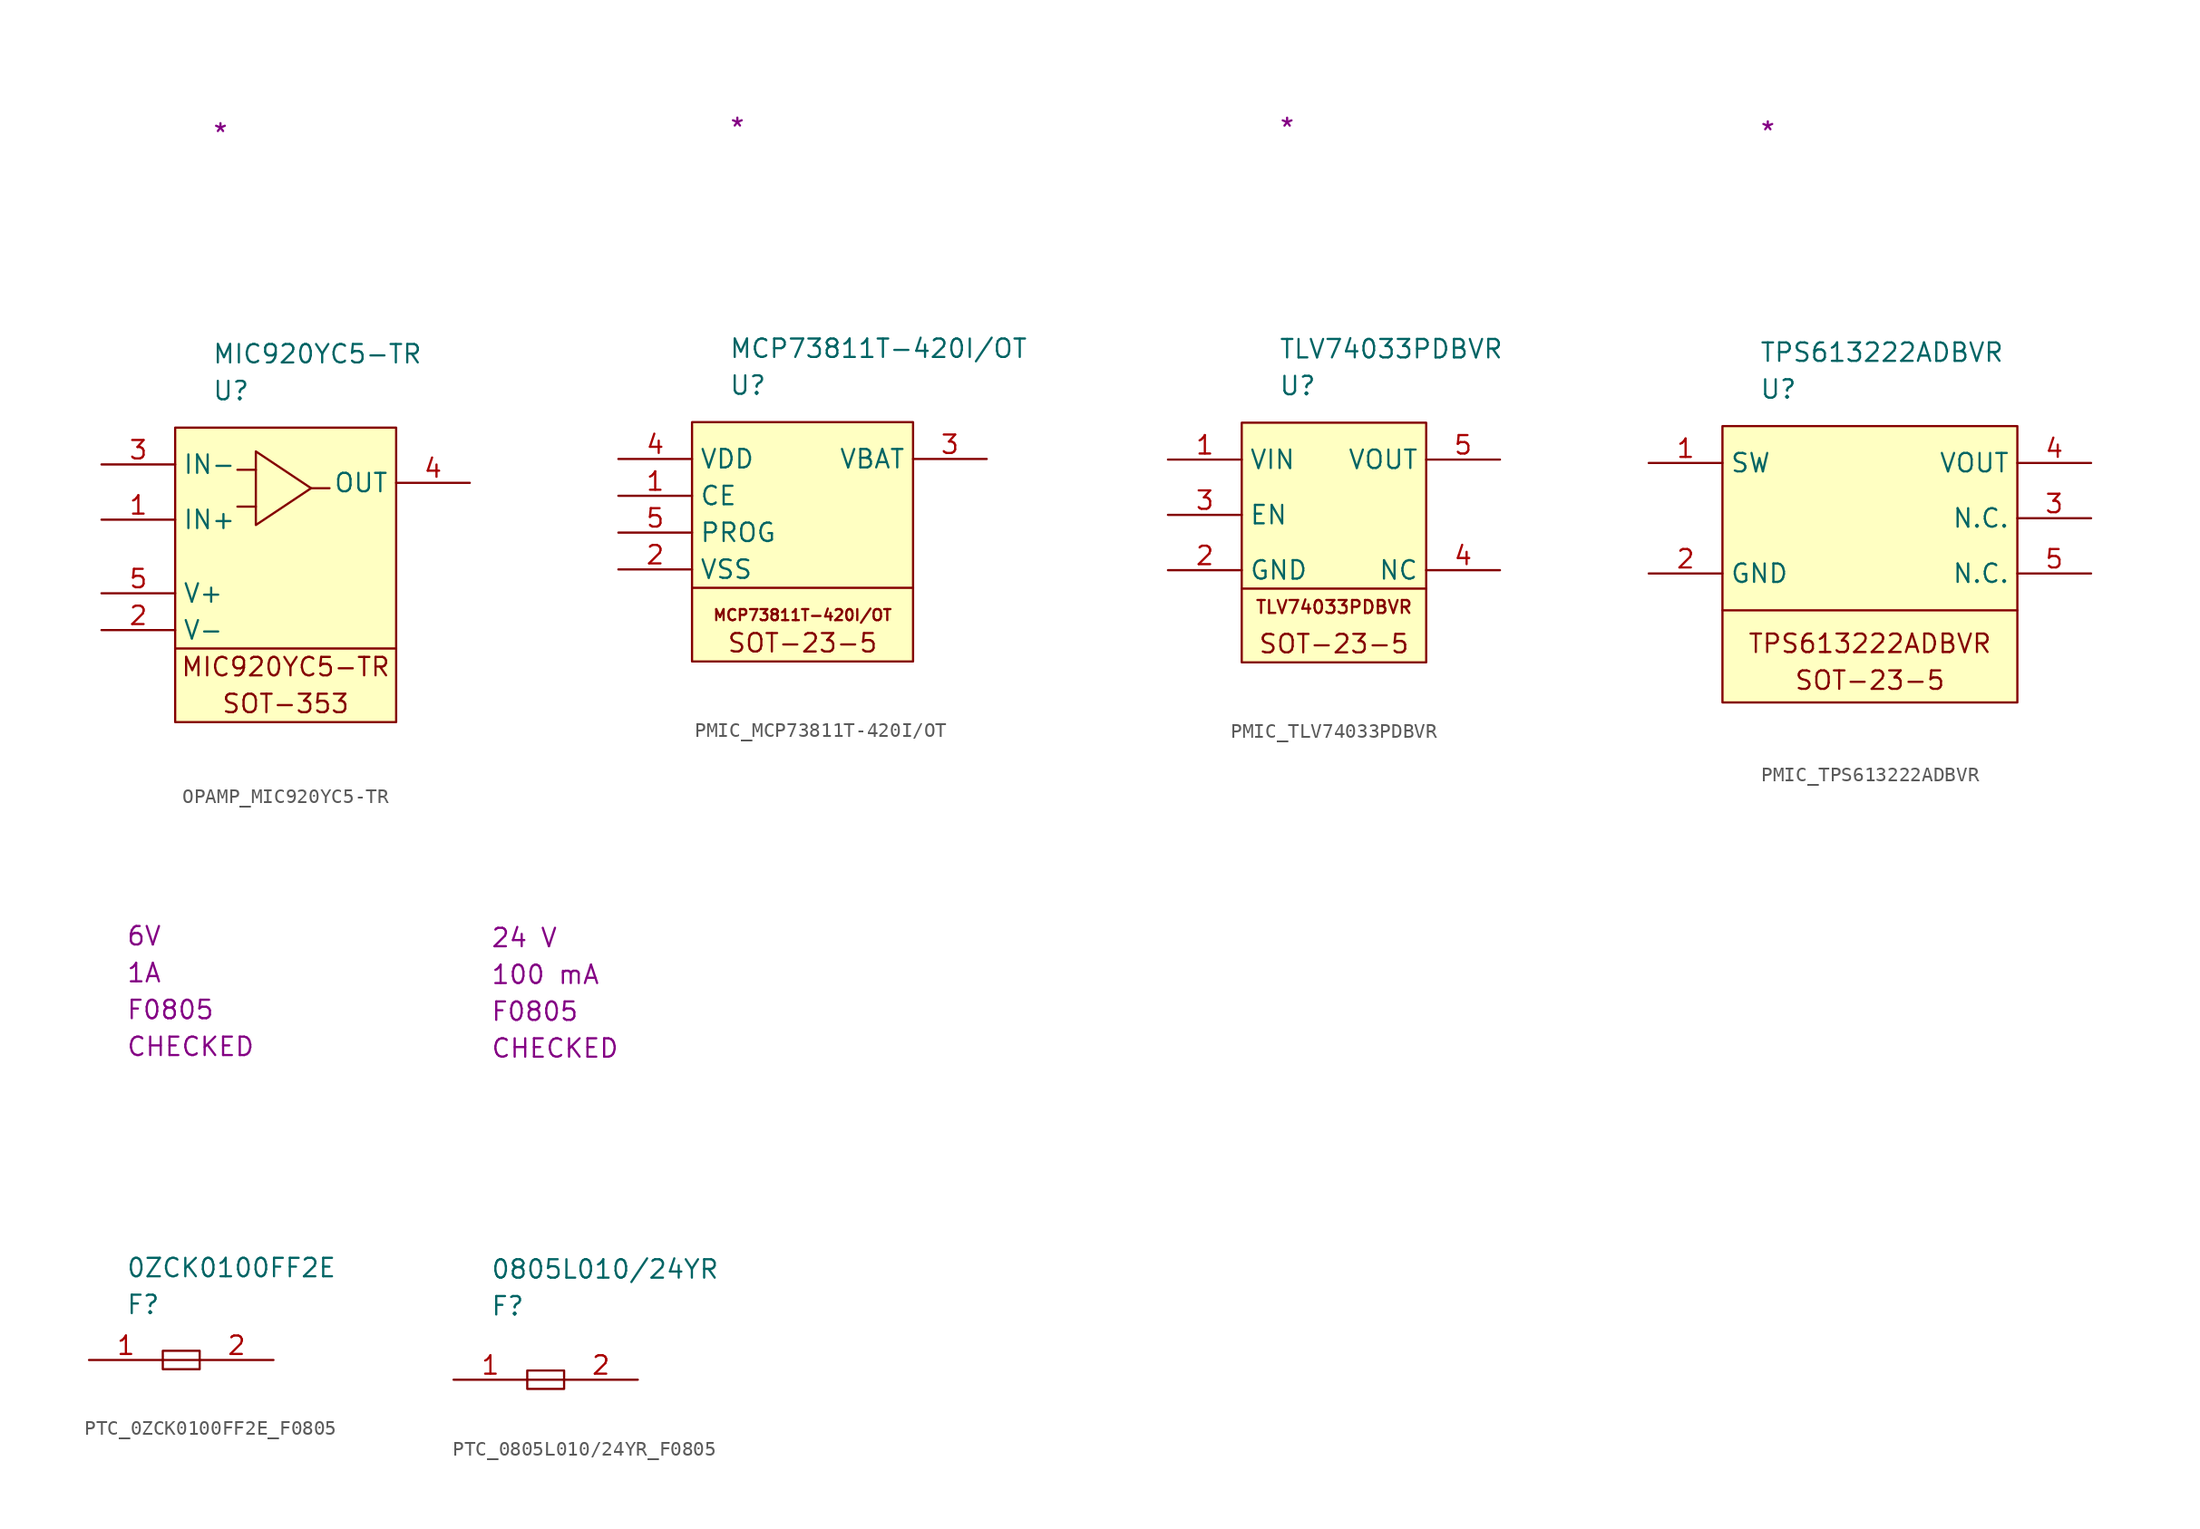
<source format=kicad_sym>
(kicad_symbol_lib
  (version 20220914)
  (generator kicad_symbol_editor)
  (symbol "OPAMP_MIC920YC5-TR"
    (property "Reference" "U"
      (at 2.54 2.54 0)
      (effects (font (size 1.27 1.27)) (justify left)))
    (property "Value" "MIC920YC5-TR"
      (at 2.54 5.08 0)
      (effects (font (size 1.27 1.27)) (justify left)))
    (property "SCH CHECK" "*"
      (at 2.54 20.32 0)
      (effects (font (size 1.27 1.27)) (justify left)))
    (symbol "OPAMP_MIC920YC5-TR_0_0"
      (text "MIC920YC5-TR" (at 7.62 -16.51 0) (effects (font (size 1.27 1.27))))
      (text "SOT-353" (at 7.62 -19.05 0) (effects (font (size 1.27 1.27)))))
    (symbol "OPAMP_MIC920YC5-TR_0_1"
      (polyline (pts (xy 0 -15.24) (xy 15.24 -15.24)) (stroke (width 0) (type default)) (fill (type none)))
      (polyline (pts (xy 5.564 -5.45) (xy 4.294 -5.45)) (stroke (width 0) (type default)) (fill (type none)))
      (polyline (pts (xy 5.564 -2.91) (xy 4.294 -2.91)) (stroke (width 0) (type default)) (fill (type none)))
      (polyline (pts (xy 9.374 -4.18) (xy 10.644 -4.18)) (stroke (width 0) (type default)) (fill (type none)))
      (polyline (pts (xy 5.564 -1.64) (xy 5.564 -6.72) (xy 9.374 -4.18) (xy 5.564 -1.64)) (stroke (width 0) (type default)) (fill (type none)))
      (rectangle (start 0 0) (end 15.24 -20.32) (stroke (width 0) (type default)) (fill (type background))))
    (symbol "OPAMP_MIC920YC5-TR_1_1"
      (pin passive line (at -5.08 -6.35 0) (length 5.08) (name "IN+" (effects (font (size 1.27 1.27)))) (number "1" (effects (font (size 1.27 1.27)))))
      (pin passive line (at -5.08 -13.97 0) (length 5.08) (name "V-" (effects (font (size 1.27 1.27)))) (number "2" (effects (font (size 1.27 1.27)))))
      (pin passive line (at -5.08 -2.54 0) (length 5.08) (name "IN-" (effects (font (size 1.27 1.27)))) (number "3" (effects (font (size 1.27 1.27)))))
      (pin passive line (at 20.32 -3.81 180) (length 5.08) (name "OUT" (effects (font (size 1.27 1.27)))) (number "4" (effects (font (size 1.27 1.27)))))
      (pin passive line (at -5.08 -11.43 0) (length 5.08) (name "V+" (effects (font (size 1.27 1.27)))) (number "5" (effects (font (size 1.27 1.27)))))))
  (symbol "PMIC_MCP73811T-420I/OT"
    (property "Reference" "U"
      (at 2.54 2.54 0)
      (effects (font (size 1.27 1.27)) (justify left)))
    (property "Value" "MCP73811T-420I/OT"
      (at 2.54 5.08 0)
      (effects (font (size 1.27 1.27)) (justify left)))
    (property "SCH CHECK" "*"
      (at 2.54 20.32 0)
      (effects (font (size 1.27 1.27)) (justify left)))
    (symbol "PMIC_MCP73811T-420I/OT_0_0"
      (text "	\nMCP73811T-420I/OT" (at 7.62 -12.7 0) (effects (font (size 0.762 0.762))))
      (text "SOT-23-5" (at 7.62 -15.24 0) (effects (font (size 1.27 1.27)))))
    (symbol "PMIC_MCP73811T-420I/OT_0_1"
      (polyline (pts (xy 0 -11.43) (xy 15.24 -11.43)) (stroke (width 0) (type default)) (fill (type none)))
      (rectangle (start 0 0) (end 15.24 -16.51) (stroke (width 0) (type default)) (fill (type background))))
    (symbol "PMIC_MCP73811T-420I/OT_1_1"
      (pin passive line (at -5.08 -5.08 0) (length 5.08) (name "CE" (effects (font (size 1.27 1.27)))) (number "1" (effects (font (size 1.27 1.27)))))
      (pin passive line (at -5.08 -10.16 0) (length 5.08) (name "VSS" (effects (font (size 1.27 1.27)))) (number "2" (effects (font (size 1.27 1.27)))))
      (pin passive line (at 20.32 -2.54 180) (length 5.08) (name "VBAT" (effects (font (size 1.27 1.27)))) (number "3" (effects (font (size 1.27 1.27)))))
      (pin passive line (at -5.08 -2.54 0) (length 5.08) (name "VDD" (effects (font (size 1.27 1.27)))) (number "4" (effects (font (size 1.27 1.27)))))
      (pin passive line (at -5.08 -7.62 0) (length 5.08) (name "PROG" (effects (font (size 1.27 1.27)))) (number "5" (effects (font (size 1.27 1.27)))))))
  (symbol "PMIC_TLV74033PDBVR"
    (property "Reference" "U"
      (at 2.54 2.54 0)
      (effects (font (size 1.27 1.27)) (justify left)))
    (property "Value" "TLV74033PDBVR"
      (at 2.54 5.08 0)
      (effects (font (size 1.27 1.27)) (justify left)))
    (property "SCH CHECK" "*"
      (at 2.54 20.32 0)
      (effects (font (size 1.27 1.27)) (justify left)))
    (symbol "PMIC_TLV74033PDBVR_0_0"
      (polyline (pts (xy 0 -11.43) (xy 12.7 -11.43)) (stroke (width 0) (type default)) (fill (type none)))
      (rectangle (start 0 0) (end 12.7 -16.51) (stroke (width 0) (type default)) (fill (type background)))
      (text "SOT-23-5" (at 6.35 -15.24 0) (effects (font (size 1.27 1.27))))
      (text "TLV74033PDBVR" (at 6.35 -12.7 0) (effects (font (size 0.889 0.889)))))
    (symbol "PMIC_TLV74033PDBVR_1_1"
      (pin passive line (at -5.08 -2.54 0) (length 5.08) (name "VIN" (effects (font (size 1.27 1.27)))) (number "1" (effects (font (size 1.27 1.27)))))
      (pin passive line (at -5.08 -10.16 0) (length 5.08) (name "GND" (effects (font (size 1.27 1.27)))) (number "2" (effects (font (size 1.27 1.27)))))
      (pin passive line (at -5.08 -6.35 0) (length 5.08) (name "EN" (effects (font (size 1.27 1.27)))) (number "3" (effects (font (size 1.27 1.27)))))
      (pin passive line (at 17.78 -10.16 180) (length 5.08) (name "NC" (effects (font (size 1.27 1.27)))) (number "4" (effects (font (size 1.27 1.27)))))
      (pin passive line (at 17.78 -2.54 180) (length 5.08) (name "VOUT" (effects (font (size 1.27 1.27)))) (number "5" (effects (font (size 1.27 1.27)))))))
  (symbol "PMIC_TPS613222ADBVR"
    (property "Reference" "U"
      (at 2.54 2.54 0)
      (effects (font (size 1.27 1.27)) (justify left)))
    (property "Value" "TPS613222ADBVR"
      (at 2.54 5.08 0)
      (effects (font (size 1.27 1.27)) (justify left)))
    (property "SCH CHECK" "*"
      (at 2.54 20.32 0)
      (effects (font (size 1.27 1.27)) (justify left)))
    (symbol "PMIC_TPS613222ADBVR_0_0"
      (polyline (pts (xy 0 -12.7) (xy 20.32 -12.7)) (stroke (width 0) (type default)) (fill (type none)))
      (rectangle (start 0 0) (end 20.32 -19.05) (stroke (width 0) (type default)) (fill (type background)))
      (text "	\nSOT-23-5" (at 10.16 -16.51 0) (effects (font (size 1.27 1.27))))
      (text "	\nTPS613222ADBVR" (at 10.16 -13.97 0) (effects (font (size 1.27 1.27)))))
    (symbol "PMIC_TPS613222ADBVR_1_1"
      (pin passive line (at -5.08 -2.54 0) (length 5.08) (name "SW" (effects (font (size 1.27 1.27)))) (number "1" (effects (font (size 1.27 1.27)))))
      (pin passive line (at -5.08 -10.16 0) (length 5.08) (name "GND" (effects (font (size 1.27 1.27)))) (number "2" (effects (font (size 1.27 1.27)))))
      (pin passive line (at 25.4 -6.35 180) (length 5.08) (name "N.C." (effects (font (size 1.27 1.27)))) (number "3" (effects (font (size 1.27 1.27)))))
      (pin passive line (at 25.4 -2.54 180) (length 5.08) (name "VOUT" (effects (font (size 1.27 1.27)))) (number "4" (effects (font (size 1.27 1.27)))))
      (pin passive line (at 25.4 -10.16 180) (length 5.08) (name "N.C." (effects (font (size 1.27 1.27)))) (number "5" (effects (font (size 1.27 1.27)))))))
  (symbol "PTC_0ZCK0100FF2E_F0805"
    (property "Reference" "F"
      (at 2.54 3.81 0)
      (effects (font (size 1.27 1.27)) (justify left)))
    (property "Value" "0ZCK0100FF2E"
      (at 2.54 6.35 0)
      (effects (font (size 1.27 1.27)) (justify left)))
    (property "SCH CHECK" "CHECKED"
      (at 2.54 21.59 0)
      (effects (font (size 1.27 1.27)) (justify left)))
    (property "Ih" "1A"
      (at 2.54 26.67 0)
      (effects (font (size 1.27 1.27)) (justify left)))
    (property "Vmax" "6V"
      (at 2.54 29.21 0)
      (effects (font (size 1.27 1.27)) (justify left)))
    (property "Package" "F0805"
      (at 2.54 24.13 0)
      (effects (font (size 1.27 1.27)) (justify left)))
    (symbol "PTC_0ZCK0100FF2E_F0805_0_0"
      (polyline (pts (xy 5.08 0) (xy 7.62 0)) (stroke (width 0) (type default)) (fill (type none)))
      (polyline (pts (xy 5.08 0.635) (xy 5.08 -0.635) (xy 7.62 -0.635) (xy 7.62 0.635) (xy 5.08 0.635)) (stroke (width 0) (type default)) (fill (type none))))
    (symbol "PTC_0ZCK0100FF2E_F0805_1_1"
      (pin passive line (at 0 0 0) (length 5.08) (name "" (effects (font (size 1.27 1.27)))) (number "1" (effects (font (size 1.27 1.27)))))
      (pin passive line (at 12.7 0 180) (length 5.08) (name "" (effects (font (size 1.27 1.27)))) (number "2" (effects (font (size 1.27 1.27)))))))
  (symbol "PTC_0805L010/24YR_F0805"
    (property "Reference" "F"
      (at 2.54 5.08 0)
      (effects (font (size 1.27 1.27)) (justify left)))
    (property "Value" "0805L010{slash}24YR"
      (at 2.54 7.62 0)
      (effects (font (size 1.27 1.27)) (justify left)))
    (property "SCH CHECK" "CHECKED"
      (at 2.54 22.86 0)
      (effects (font (size 1.27 1.27)) (justify left)))
    (property "Ihold" "100 mA"
      (at 2.54 27.94 0)
      (effects (font (size 1.27 1.27)) (justify left)))
    (property "Voltage Rated" "24 V"
      (at 2.54 30.48 0)
      (effects (font (size 1.27 1.27)) (justify left)))
    (property "Package" "F0805"
      (at 2.54 25.4 0)
      (effects (font (size 1.27 1.27)) (justify left)))
    (symbol "PTC_0805L010/24YR_F0805_0_1"
      (polyline (pts (xy 5.08 0) (xy 7.62 0)) (stroke (width 0) (type default)) (fill (type none)))
      (polyline (pts (xy 5.08 0.635) (xy 7.62 0.635) (xy 7.62 -0.635) (xy 5.08 -0.635) (xy 5.08 0.635)) (stroke (width 0) (type default)) (fill (type none))))
    (symbol "PTC_0805L010/24YR_F0805_1_1"
      (pin passive line (at 0 0 0) (length 5.08) (name "" (effects (font (size 1.27 1.27)))) (number "1" (effects (font (size 1.27 1.27)))))
      (pin passive line (at 12.7 0 180) (length 5.08) (name "" (effects (font (size 1.27 1.27)))) (number "2" (effects (font (size 1.27 1.27))))))))
</source>
